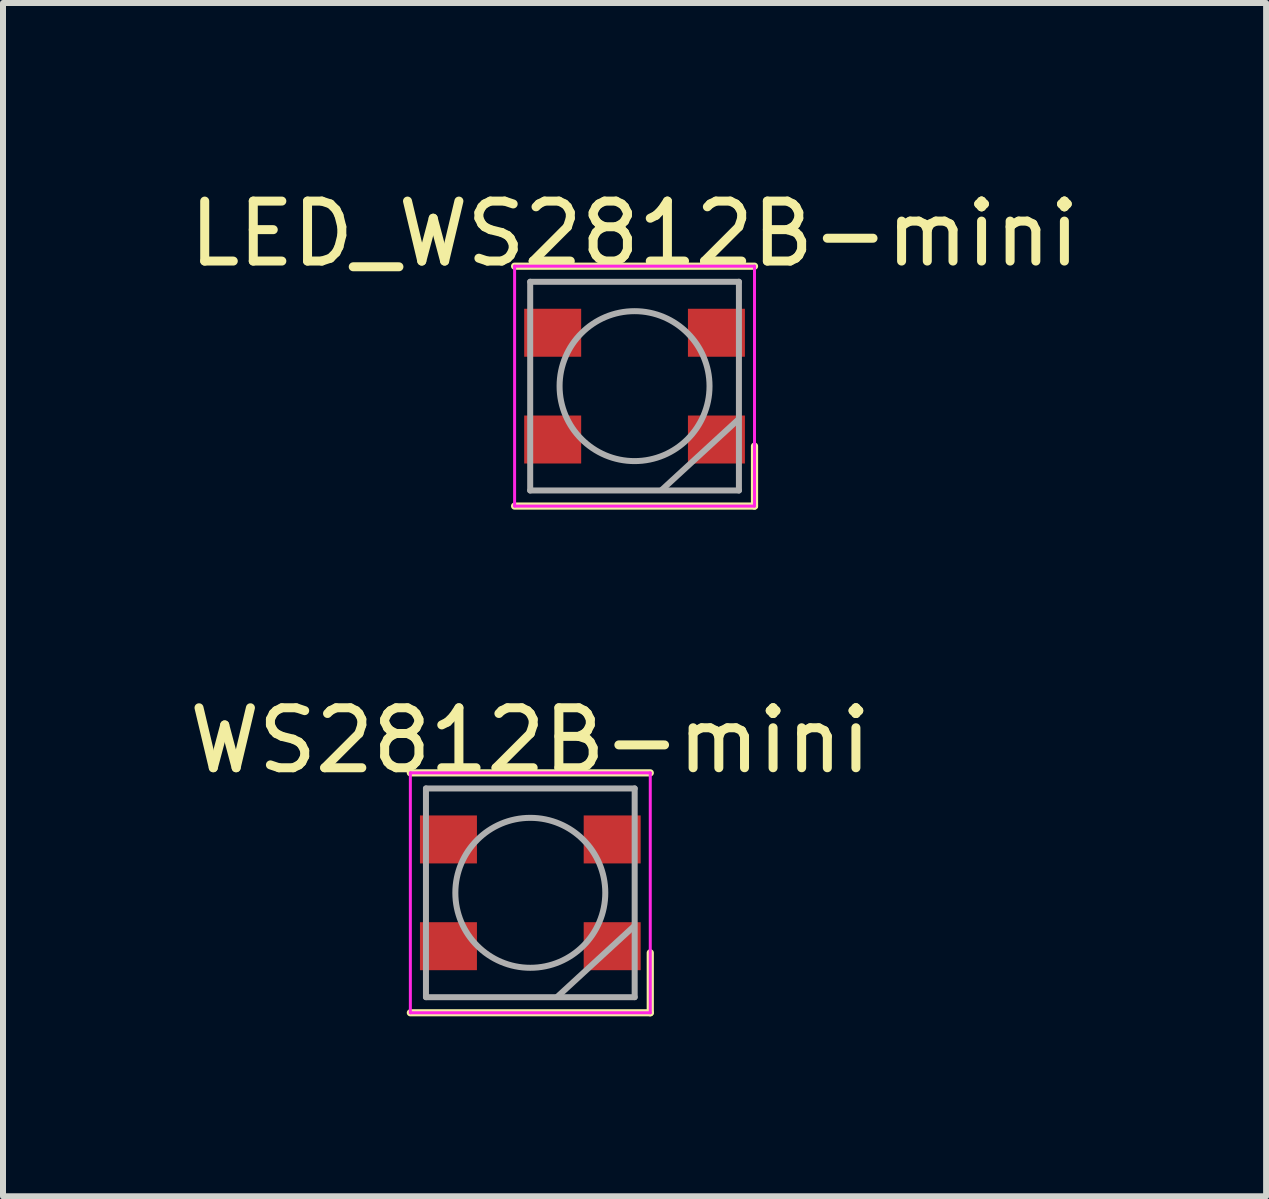
<source format=kicad_pcb>
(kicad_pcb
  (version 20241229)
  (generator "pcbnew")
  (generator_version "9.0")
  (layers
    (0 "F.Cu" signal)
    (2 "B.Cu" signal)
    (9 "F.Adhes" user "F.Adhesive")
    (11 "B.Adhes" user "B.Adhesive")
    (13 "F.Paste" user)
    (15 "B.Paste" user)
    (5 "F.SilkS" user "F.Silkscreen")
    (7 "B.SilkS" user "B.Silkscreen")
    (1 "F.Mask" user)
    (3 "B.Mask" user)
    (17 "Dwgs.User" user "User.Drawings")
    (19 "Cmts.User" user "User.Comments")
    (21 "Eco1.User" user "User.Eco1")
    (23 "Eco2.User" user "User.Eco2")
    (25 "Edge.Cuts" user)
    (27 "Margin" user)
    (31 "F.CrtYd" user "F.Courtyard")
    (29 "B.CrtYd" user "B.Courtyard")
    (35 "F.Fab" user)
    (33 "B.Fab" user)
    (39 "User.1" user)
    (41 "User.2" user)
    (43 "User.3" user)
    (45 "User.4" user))
  (footprint "LED_WS2812B-mini"
    (layer "F.Cu")
    (at 7.53 3.388)
    (property "Reference" "LED_WS2812B-mini" (at 0 -2.54 0) (layer "F.SilkS") (effects (font (size 1 1) (thickness 0.15))))
    (attr smd)
    (fp_line (start -2 -2) (end 2 -2) (stroke (width 0.12) (type solid)) (layer "F.SilkS"))
    (fp_line (start -2 2) (end 2 2) (stroke (width 0.12) (type solid)) (layer "F.SilkS"))
    (fp_line (start 2 2) (end 2 1) (stroke (width 0.12) (type solid)) (layer "F.SilkS"))
    (fp_line (start -2 -2) (end -2 2) (stroke (width 0.05) (type solid)) (layer "F.CrtYd"))
    (fp_line (start -2 2) (end 2 2) (stroke (width 0.05) (type solid)) (layer "F.CrtYd"))
    (fp_line (start 2 -2) (end -2 -2) (stroke (width 0.05) (type solid)) (layer "F.CrtYd"))
    (fp_line (start 2 2) (end 2 -2) (stroke (width 0.05) (type solid)) (layer "F.CrtYd"))
    (fp_line (start -1.74 -1.74) (end -1.74 1.74) (stroke (width 0.1) (type solid)) (layer "F.Fab"))
    (fp_line (start -1.74 1.74) (end 1.74 1.74) (stroke (width 0.1) (type solid)) (layer "F.Fab"))
    (fp_line (start 1.727 0.559) (end 0.457 1.727) (stroke (width 0.1) (type solid)) (layer "F.Fab"))
    (fp_line (start 1.74 -1.74) (end -1.74 -1.74) (stroke (width 0.1) (type solid)) (layer "F.Fab"))
    (fp_line (start 1.74 1.74) (end 1.74 -1.74) (stroke (width 0.1) (type solid)) (layer "F.Fab"))
    (fp_circle (center 0 0) (end 0 -1.25) (stroke (width 0.1) (type solid)) (fill no) (layer "F.Fab"))
    (pad "1" smd rect (at -1.365 -0.89) (size 0.95 0.8) (layers "F.Cu" "F.Mask" "F.Paste"))
    (pad "2" smd rect (at -1.365 0.89) (size 0.95 0.8) (layers "F.Cu" "F.Mask" "F.Paste"))
    (pad "3" smd rect (at 1.365 -0.89) (size 0.95 0.8) (layers "F.Cu" "F.Mask" "F.Paste"))
    (pad "4" smd rect (at 1.365 0.89) (size 0.95 0.8) (layers "F.Cu" "F.Mask" "F.Paste")))
  (footprint "WS2812B-mini"
    (layer "F.Cu")
    (at 5.792 11.836)
    (property "Reference" "WS2812B-mini" (at 0 -2.54 0) (layer "F.SilkS") (effects (font (size 1 1) (thickness 0.15))))
    (attr smd)
    (fp_line (start -2 -2) (end 2 -2) (stroke (width 0.12) (type solid)) (layer "F.SilkS"))
    (fp_line (start -2 2) (end 2 2) (stroke (width 0.12) (type solid)) (layer "F.SilkS"))
    (fp_line (start 2 2) (end 2 1) (stroke (width 0.12) (type solid)) (layer "F.SilkS"))
    (fp_line (start -2 -2) (end -2 2) (stroke (width 0.05) (type solid)) (layer "F.CrtYd"))
    (fp_line (start -2 2) (end 2 2) (stroke (width 0.05) (type solid)) (layer "F.CrtYd"))
    (fp_line (start 2 -2) (end -2 -2) (stroke (width 0.05) (type solid)) (layer "F.CrtYd"))
    (fp_line (start 2 2) (end 2 -2) (stroke (width 0.05) (type solid)) (layer "F.CrtYd"))
    (fp_line (start -1.74 -1.74) (end -1.74 1.74) (stroke (width 0.1) (type solid)) (layer "F.Fab"))
    (fp_line (start -1.74 1.74) (end 1.74 1.74) (stroke (width 0.1) (type solid)) (layer "F.Fab"))
    (fp_line (start 1.727 0.559) (end 0.457 1.727) (stroke (width 0.1) (type solid)) (layer "F.Fab"))
    (fp_line (start 1.74 -1.74) (end -1.74 -1.74) (stroke (width 0.1) (type solid)) (layer "F.Fab"))
    (fp_line (start 1.74 1.74) (end 1.74 -1.74) (stroke (width 0.1) (type solid)) (layer "F.Fab"))
    (fp_circle (center 0 0) (end 0 -1.25) (stroke (width 0.1) (type solid)) (fill no) (layer "F.Fab"))
    (pad "1" smd rect (at -1.365 -0.89) (size 0.95 0.8) (layers "F.Cu" "F.Mask" "F.Paste"))
    (pad "2" smd rect (at -1.365 0.89) (size 0.95 0.8) (layers "F.Cu" "F.Mask" "F.Paste"))
    (pad "3" smd rect (at 1.365 -0.89) (size 0.95 0.8) (layers "F.Cu" "F.Mask" "F.Paste"))
    (pad "4" smd rect (at 1.365 0.89) (size 0.95 0.8) (layers "F.Cu" "F.Mask" "F.Paste")))
  (gr_rect
    (start -3 -3)
    (end 18.06 16.896)
    (stroke (width 0.1) (type default))
    (fill no)
    (layer "Edge.Cuts")))
</source>
